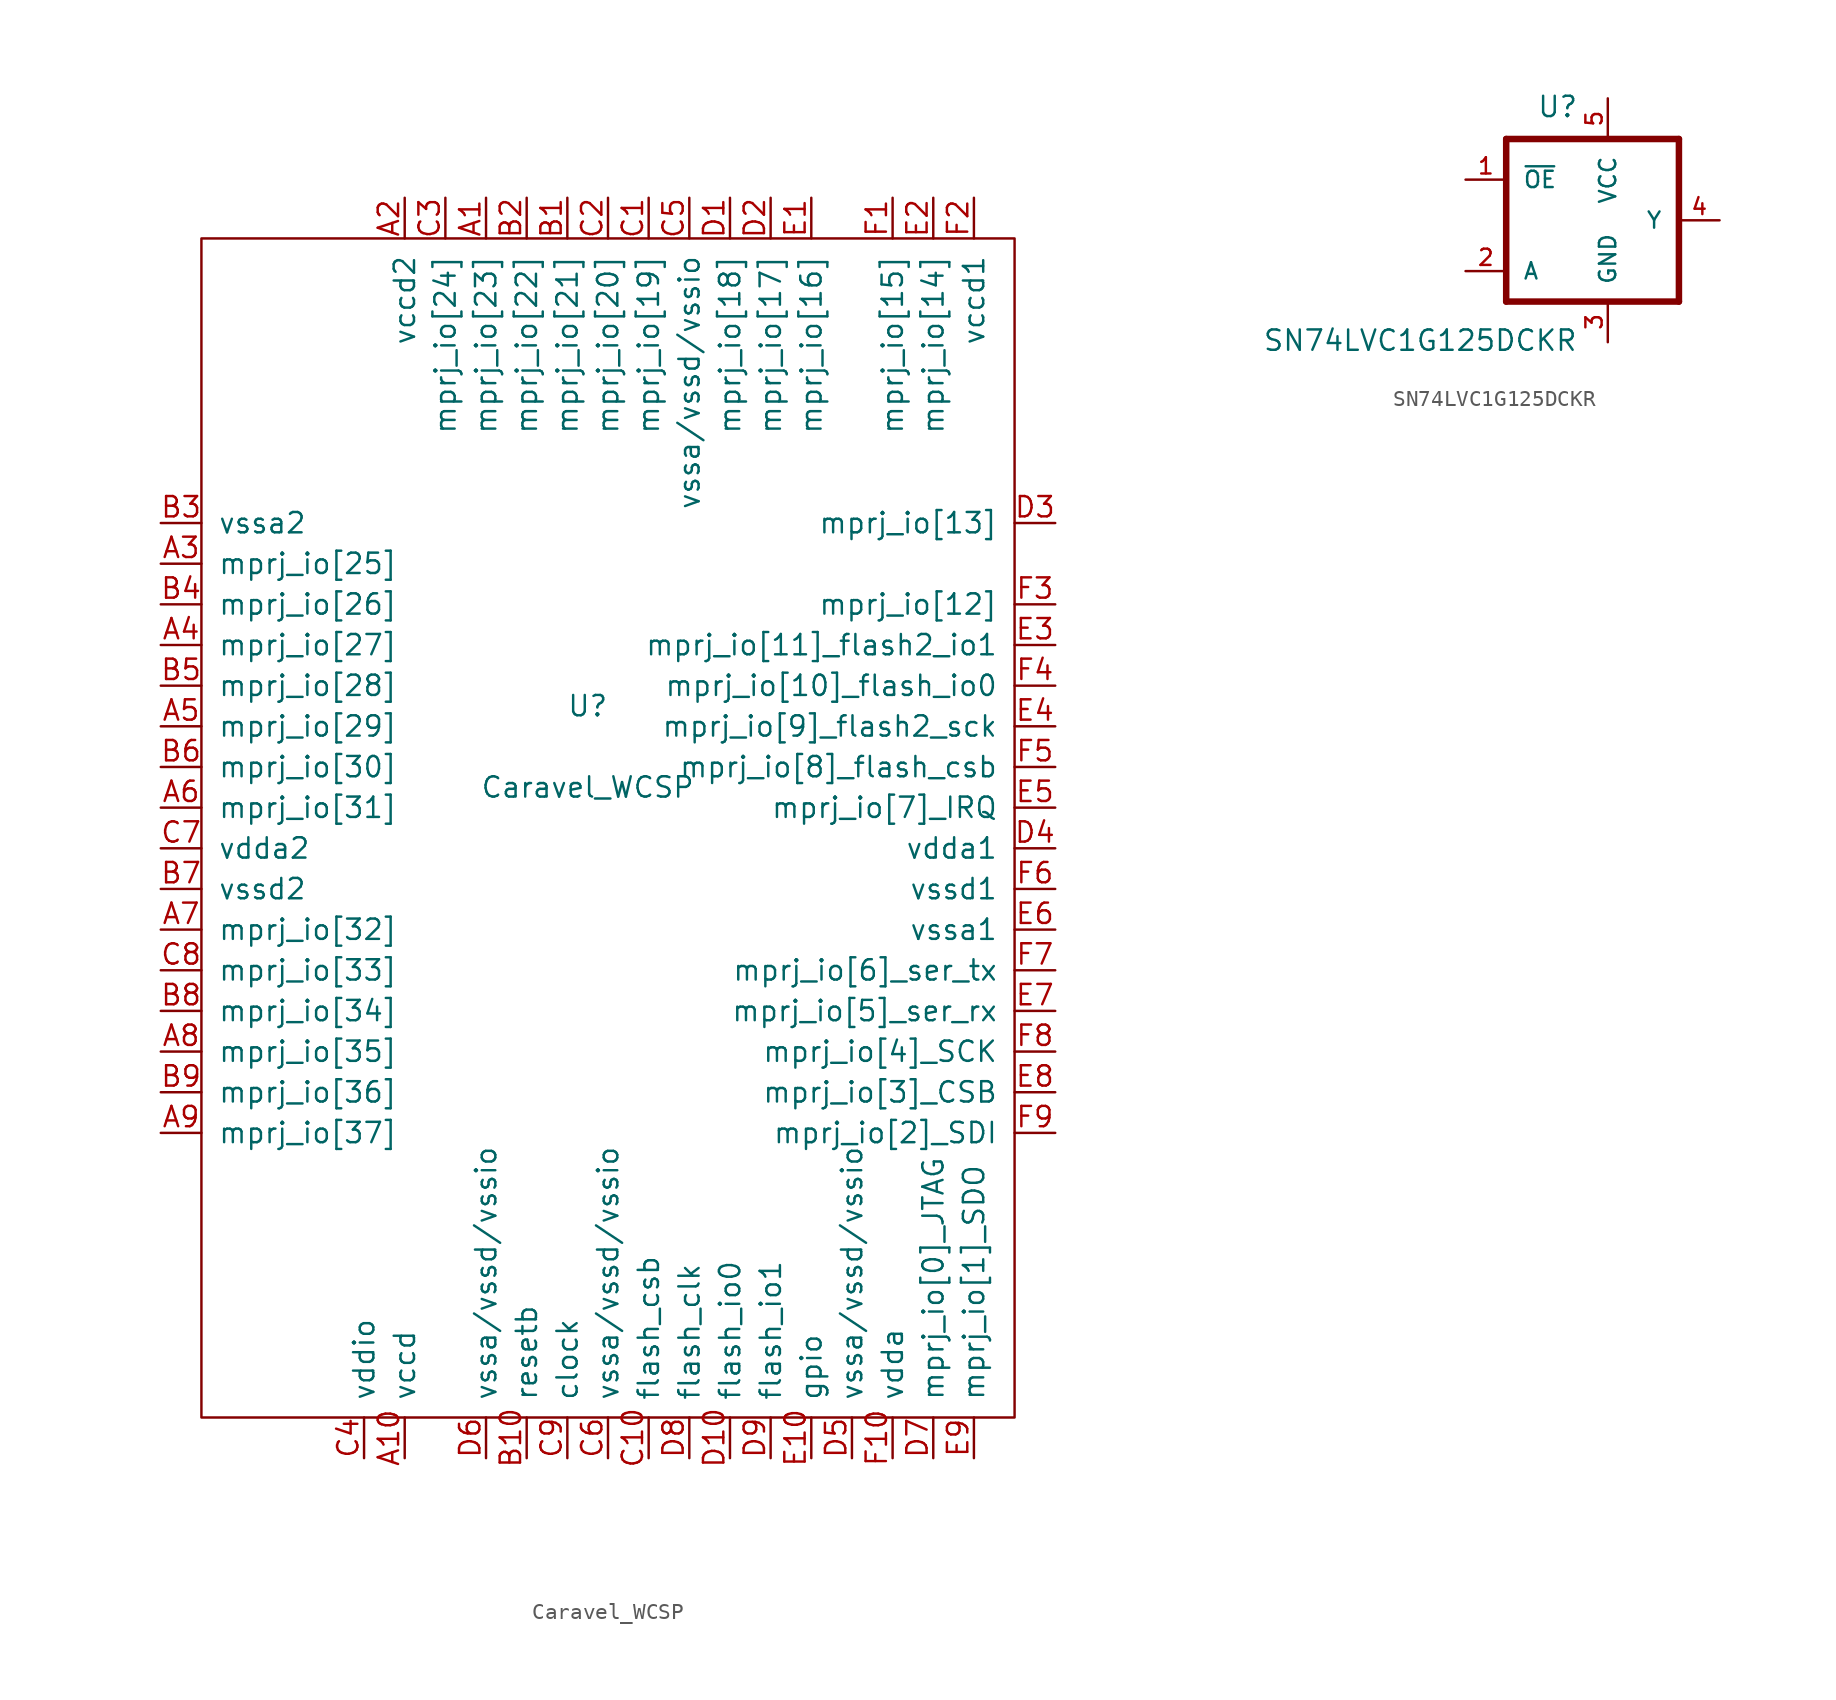
<source format=kicad_sym>
(kicad_symbol_lib
  (version 20231120)
  (generator "kicad_symbol_editor")
  (generator_version "8.0")
  (symbol "Caravel_WCSP"
    (pin_names
      (offset 1.016))
    (property "Reference" "U"
      (at 0 2.54 0)
      (effects (font (size 1.27 1.27))))
    (property "Value" "Caravel_WCSP"
      (at 0 -2.54 0)
      (effects (font (size 1.27 1.27))))
    (symbol "Caravel_WCSP_0_1"
      (rectangle (start -24.13 31.75) (end 26.67 -41.91) (stroke (width 0) (type default)) (fill (type none))))
    (symbol "Caravel_WCSP_1_1"
      (pin bidirectional line (at -6.35 34.29 270) (length 2.54) (name "mprj_io[23]" (effects (font (size 1.27 1.27)))) (number "A1" (effects (font (size 1.27 1.27)))))
      (pin power_in line (at -11.43 -44.45 90) (length 2.54) (name "vccd" (effects (font (size 1.27 1.27)))) (number "A10" (effects (font (size 1.27 1.27)))))
      (pin power_in line (at -11.43 34.29 270) (length 2.54) (name "vccd2" (effects (font (size 1.27 1.27)))) (number "A2" (effects (font (size 1.27 1.27)))))
      (pin bidirectional line (at -26.67 11.43 0) (length 2.54) (name "mprj_io[25]" (effects (font (size 1.27 1.27)))) (number "A3" (effects (font (size 1.27 1.27)))))
      (pin bidirectional line (at -26.67 6.35 0) (length 2.54) (name "mprj_io[27]" (effects (font (size 1.27 1.27)))) (number "A4" (effects (font (size 1.27 1.27)))))
      (pin bidirectional line (at -26.67 1.27 0) (length 2.54) (name "mprj_io[29]" (effects (font (size 1.27 1.27)))) (number "A5" (effects (font (size 1.27 1.27)))))
      (pin bidirectional line (at -26.67 -3.81 0) (length 2.54) (name "mprj_io[31]" (effects (font (size 1.27 1.27)))) (number "A6" (effects (font (size 1.27 1.27)))))
      (pin bidirectional line (at -26.67 -11.43 0) (length 2.54) (name "mprj_io[32]" (effects (font (size 1.27 1.27)))) (number "A7" (effects (font (size 1.27 1.27)))))
      (pin bidirectional line (at -26.67 -19.05 0) (length 2.54) (name "mprj_io[35]" (effects (font (size 1.27 1.27)))) (number "A8" (effects (font (size 1.27 1.27)))))
      (pin bidirectional line (at -26.67 -24.13 0) (length 2.54) (name "mprj_io[37]" (effects (font (size 1.27 1.27)))) (number "A9" (effects (font (size 1.27 1.27)))))
      (pin bidirectional line (at -1.27 34.29 270) (length 2.54) (name "mprj_io[21]" (effects (font (size 1.27 1.27)))) (number "B1" (effects (font (size 1.27 1.27)))))
      (pin input line (at -3.81 -44.45 90) (length 2.54) (name "resetb" (effects (font (size 1.27 1.27)))) (number "B10" (effects (font (size 1.27 1.27)))))
      (pin bidirectional line (at -3.81 34.29 270) (length 2.54) (name "mprj_io[22]" (effects (font (size 1.27 1.27)))) (number "B2" (effects (font (size 1.27 1.27)))))
      (pin power_in line (at -26.67 13.97 0) (length 2.54) (name "vssa2" (effects (font (size 1.27 1.27)))) (number "B3" (effects (font (size 1.27 1.27)))))
      (pin bidirectional line (at -26.67 8.89 0) (length 2.54) (name "mprj_io[26]" (effects (font (size 1.27 1.27)))) (number "B4" (effects (font (size 1.27 1.27)))))
      (pin bidirectional line (at -26.67 3.81 0) (length 2.54) (name "mprj_io[28]" (effects (font (size 1.27 1.27)))) (number "B5" (effects (font (size 1.27 1.27)))))
      (pin bidirectional line (at -26.67 -1.27 0) (length 2.54) (name "mprj_io[30]" (effects (font (size 1.27 1.27)))) (number "B6" (effects (font (size 1.27 1.27)))))
      (pin power_in line (at -26.67 -8.89 0) (length 2.54) (name "vssd2" (effects (font (size 1.27 1.27)))) (number "B7" (effects (font (size 1.27 1.27)))))
      (pin bidirectional line (at -26.67 -16.51 0) (length 2.54) (name "mprj_io[34]" (effects (font (size 1.27 1.27)))) (number "B8" (effects (font (size 1.27 1.27)))))
      (pin bidirectional line (at -26.67 -21.59 0) (length 2.54) (name "mprj_io[36]" (effects (font (size 1.27 1.27)))) (number "B9" (effects (font (size 1.27 1.27)))))
      (pin bidirectional line (at 3.81 34.29 270) (length 2.54) (name "mprj_io[19]" (effects (font (size 1.27 1.27)))) (number "C1" (effects (font (size 1.27 1.27)))))
      (pin output line (at 3.81 -44.45 90) (length 2.54) (name "flash_csb" (effects (font (size 1.27 1.27)))) (number "C10" (effects (font (size 1.27 1.27)))))
      (pin bidirectional line (at 1.27 34.29 270) (length 2.54) (name "mprj_io[20]" (effects (font (size 1.27 1.27)))) (number "C2" (effects (font (size 1.27 1.27)))))
      (pin bidirectional line (at -8.89 34.29 270) (length 2.54) (name "mprj_io[24]" (effects (font (size 1.27 1.27)))) (number "C3" (effects (font (size 1.27 1.27)))))
      (pin power_in line (at -13.97 -44.45 90) (length 2.54) (name "vddio" (effects (font (size 1.27 1.27)))) (number "C4" (effects (font (size 1.27 1.27)))))
      (pin power_in line (at 6.35 34.29 270) (length 2.54) (name "vssa/vssd/vssio" (effects (font (size 1.27 1.27)))) (number "C5" (effects (font (size 1.27 1.27)))))
      (pin power_in line (at 1.27 -44.45 90) (length 2.54) (name "vssa/vssd/vssio" (effects (font (size 1.27 1.27)))) (number "C6" (effects (font (size 1.27 1.27)))))
      (pin power_in line (at -26.67 -6.35 0) (length 2.54) (name "vdda2" (effects (font (size 1.27 1.27)))) (number "C7" (effects (font (size 1.27 1.27)))))
      (pin bidirectional line (at -26.67 -13.97 0) (length 2.54) (name "mprj_io[33]" (effects (font (size 1.27 1.27)))) (number "C8" (effects (font (size 1.27 1.27)))))
      (pin input line (at -1.27 -44.45 90) (length 2.54) (name "clock" (effects (font (size 1.27 1.27)))) (number "C9" (effects (font (size 1.27 1.27)))))
      (pin bidirectional line (at 8.89 34.29 270) (length 2.54) (name "mprj_io[18]" (effects (font (size 1.27 1.27)))) (number "D1" (effects (font (size 1.27 1.27)))))
      (pin bidirectional line (at 8.89 -44.45 90) (length 2.54) (name "flash_io0" (effects (font (size 1.27 1.27)))) (number "D10" (effects (font (size 1.27 1.27)))))
      (pin bidirectional line (at 11.43 34.29 270) (length 2.54) (name "mprj_io[17]" (effects (font (size 1.27 1.27)))) (number "D2" (effects (font (size 1.27 1.27)))))
      (pin bidirectional line (at 29.21 13.97 180) (length 2.54) (name "mprj_io[13]" (effects (font (size 1.27 1.27)))) (number "D3" (effects (font (size 1.27 1.27)))))
      (pin power_in line (at 29.21 -6.35 180) (length 2.54) (name "vdda1" (effects (font (size 1.27 1.27)))) (number "D4" (effects (font (size 1.27 1.27)))))
      (pin power_in line (at 16.51 -44.45 90) (length 2.54) (name "vssa/vssd/vssio" (effects (font (size 1.27 1.27)))) (number "D5" (effects (font (size 1.27 1.27)))))
      (pin power_in line (at -6.35 -44.45 90) (length 2.54) (name "vssa/vssd/vssio" (effects (font (size 1.27 1.27)))) (number "D6" (effects (font (size 1.27 1.27)))))
      (pin bidirectional line (at 21.59 -44.45 90) (length 2.54) (name "mprj_io[0]_JTAG" (effects (font (size 1.27 1.27)))) (number "D7" (effects (font (size 1.27 1.27)))))
      (pin output line (at 6.35 -44.45 90) (length 2.54) (name "flash_clk" (effects (font (size 1.27 1.27)))) (number "D8" (effects (font (size 1.27 1.27)))))
      (pin bidirectional line (at 11.43 -44.45 90) (length 2.54) (name "flash_io1" (effects (font (size 1.27 1.27)))) (number "D9" (effects (font (size 1.27 1.27)))))
      (pin bidirectional line (at 13.97 34.29 270) (length 2.54) (name "mprj_io[16]" (effects (font (size 1.27 1.27)))) (number "E1" (effects (font (size 1.27 1.27)))))
      (pin bidirectional line (at 13.97 -44.45 90) (length 2.54) (name "gpio" (effects (font (size 1.27 1.27)))) (number "E10" (effects (font (size 1.27 1.27)))))
      (pin bidirectional line (at 21.59 34.29 270) (length 2.54) (name "mprj_io[14]" (effects (font (size 1.27 1.27)))) (number "E2" (effects (font (size 1.27 1.27)))))
      (pin bidirectional line (at 29.21 6.35 180) (length 2.54) (name "mprj_io[11]_flash2_io1" (effects (font (size 1.27 1.27)))) (number "E3" (effects (font (size 1.27 1.27)))))
      (pin bidirectional line (at 29.21 1.27 180) (length 2.54) (name "mprj_io[9]_flash2_sck" (effects (font (size 1.27 1.27)))) (number "E4" (effects (font (size 1.27 1.27)))))
      (pin bidirectional line (at 29.21 -3.81 180) (length 2.54) (name "mprj_io[7]_IRQ" (effects (font (size 1.27 1.27)))) (number "E5" (effects (font (size 1.27 1.27)))))
      (pin power_in line (at 29.21 -11.43 180) (length 2.54) (name "vssa1" (effects (font (size 1.27 1.27)))) (number "E6" (effects (font (size 1.27 1.27)))))
      (pin bidirectional line (at 29.21 -16.51 180) (length 2.54) (name "mprj_io[5]_ser_rx" (effects (font (size 1.27 1.27)))) (number "E7" (effects (font (size 1.27 1.27)))))
      (pin bidirectional line (at 29.21 -21.59 180) (length 2.54) (name "mprj_io[3]_CSB" (effects (font (size 1.27 1.27)))) (number "E8" (effects (font (size 1.27 1.27)))))
      (pin bidirectional line (at 24.13 -44.45 90) (length 2.54) (name "mprj_io[1]_SDO" (effects (font (size 1.27 1.27)))) (number "E9" (effects (font (size 1.27 1.27)))))
      (pin bidirectional line (at 19.05 34.29 270) (length 2.54) (name "mprj_io[15]" (effects (font (size 1.27 1.27)))) (number "F1" (effects (font (size 1.27 1.27)))))
      (pin power_in line (at 19.05 -44.45 90) (length 2.54) (name "vdda" (effects (font (size 1.27 1.27)))) (number "F10" (effects (font (size 1.27 1.27)))))
      (pin power_in line (at 24.13 34.29 270) (length 2.54) (name "vccd1" (effects (font (size 1.27 1.27)))) (number "F2" (effects (font (size 1.27 1.27)))))
      (pin bidirectional line (at 29.21 8.89 180) (length 2.54) (name "mprj_io[12]" (effects (font (size 1.27 1.27)))) (number "F3" (effects (font (size 1.27 1.27)))))
      (pin bidirectional line (at 29.21 3.81 180) (length 2.54) (name "mprj_io[10]_flash_io0" (effects (font (size 1.27 1.27)))) (number "F4" (effects (font (size 1.27 1.27)))))
      (pin bidirectional line (at 29.21 -1.27 180) (length 2.54) (name "mprj_io[8]_flash_csb" (effects (font (size 1.27 1.27)))) (number "F5" (effects (font (size 1.27 1.27)))))
      (pin power_in line (at 29.21 -8.89 180) (length 2.54) (name "vssd1" (effects (font (size 1.27 1.27)))) (number "F6" (effects (font (size 1.27 1.27)))))
      (pin bidirectional line (at 29.21 -13.97 180) (length 2.54) (name "mprj_io[6]_ser_tx" (effects (font (size 1.27 1.27)))) (number "F7" (effects (font (size 1.27 1.27)))))
      (pin bidirectional line (at 29.21 -19.05 180) (length 2.54) (name "mprj_io[4]_SCK" (effects (font (size 1.27 1.27)))) (number "F8" (effects (font (size 1.27 1.27)))))
      (pin bidirectional line (at 29.21 -24.13 180) (length 2.54) (name "mprj_io[2]_SDI" (effects (font (size 1.27 1.27)))) (number "F9" (effects (font (size 1.27 1.27)))))))
  (symbol "SN74LVC1G125DCKR"
    (pin_names
      (offset 1.016))
    (property "Reference" "U"
      (at -3.175 6.35 0)
      (effects (font (size 1.27 1.27)) (justify left bottom)))
    (property "Value" "SN74LVC1G125DCKR"
      (at -20.32 -8.255 0)
      (effects (font (size 1.27 1.27)) (justify left bottom)))
    (property "ki_locked" ""
      (at 0 0 0)
      (effects (font (size 1.27 1.27))))
    (symbol "SN74LVC1G125DCKR_0_0"
      (polyline (pts (xy -5.08 -5.08) (xy 5.715 -5.08)) (stroke (width 0.406) (type default)) (fill (type none)))
      (polyline (pts (xy -5.08 5.08) (xy -5.08 -5.08)) (stroke (width 0.406) (type default)) (fill (type none)))
      (polyline (pts (xy 5.715 -5.08) (xy 5.715 5.08)) (stroke (width 0.406) (type default)) (fill (type none)))
      (polyline (pts (xy 5.715 5.08) (xy -5.08 5.08)) (stroke (width 0.406) (type default)) (fill (type none)))
      (pin input line (at -7.62 2.54 0) (length 2.54) (name "~{OE}" (effects (font (size 1.016 1.016)))) (number "1" (effects (font (size 1.016 1.016)))))
      (pin input line (at -7.62 -3.175 0) (length 2.54) (name "A" (effects (font (size 1.016 1.016)))) (number "2" (effects (font (size 1.016 1.016)))))
      (pin passive line (at 1.27 -7.62 90) (length 2.54) (name "GND" (effects (font (size 1.016 1.016)))) (number "3" (effects (font (size 1.016 1.016)))))
      (pin output line (at 8.255 0 180) (length 2.54) (name "Y" (effects (font (size 1.016 1.016)))) (number "4" (effects (font (size 1.016 1.016))))))
    (symbol "SN74LVC1G125DCKR_1_0"
      (pin power_in line (at 1.27 7.62 270) (length 2.54) (name "VCC" (effects (font (size 1.016 1.016)))) (number "5" (effects (font (size 1.016 1.016))))))))
</source>
